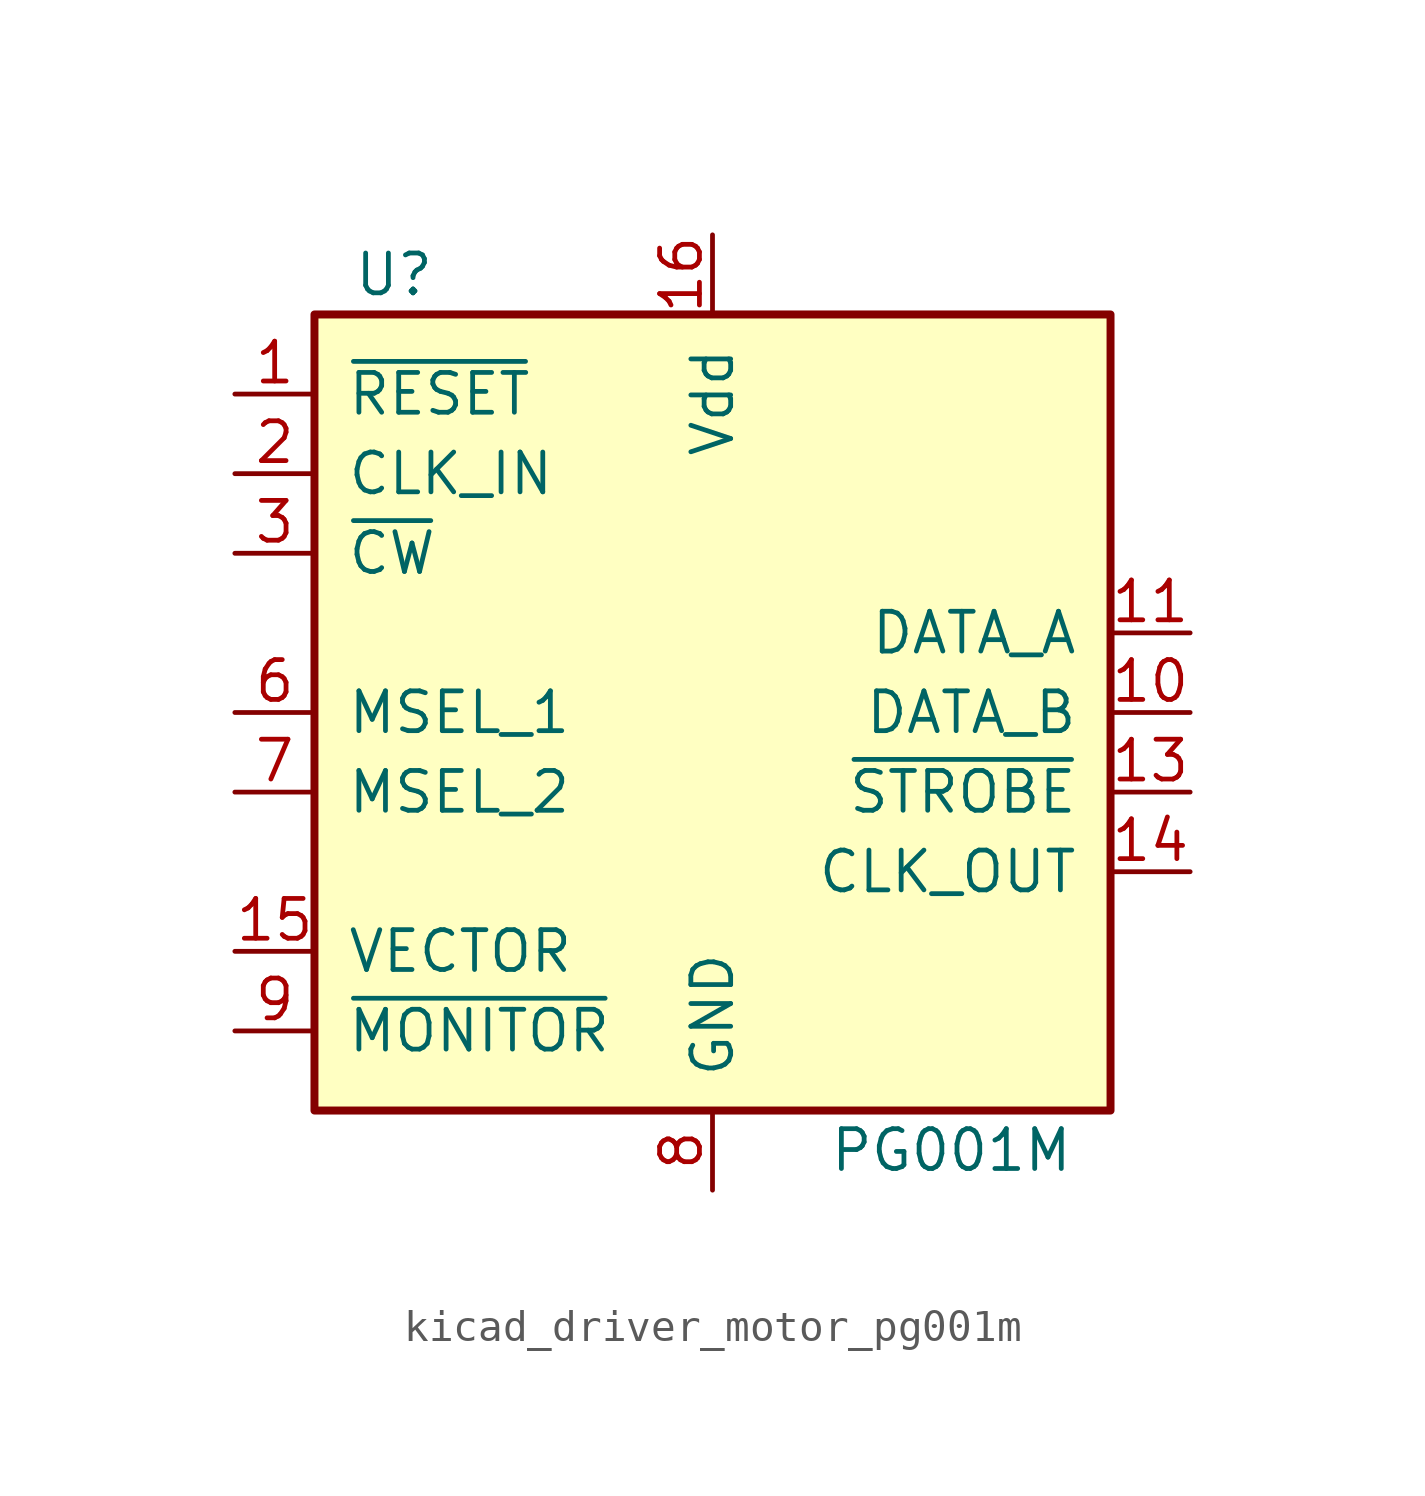
<source format=kicad_sym>
(kicad_symbol_lib
  (version 20220914)
  (generator kicad_symbol_editor)
  (symbol "kicad_driver_motor_pg001m"
    (pin_names
      (offset 1.016))
    (property "Reference" "U"
      (at -10.16 13.97 0)
      (effects (font (size 1.27 1.27))))
    (property "Value" "PG001M"
      (at 7.62 -13.97 0)
      (effects (font (size 1.27 1.27))))
    (symbol "kicad_driver_motor_pg001m_0_1"
      (rectangle (start 12.7 -12.7) (end -12.7 12.7) (stroke (width 0.254) (type default)) (fill (type background))))
    (symbol "kicad_driver_motor_pg001m_1_1"
      (pin input line (at -15.24 10.16 0) (length 2.54) (name "~{RESET}" (effects (font (size 1.27 1.27)))) (number "1" (effects (font (size 1.27 1.27)))))
      (pin output line (at 15.24 0 180) (length 2.54) (name "DATA_B" (effects (font (size 1.27 1.27)))) (number "10" (effects (font (size 1.27 1.27)))))
      (pin output line (at 15.24 2.54 180) (length 2.54) (name "DATA_A" (effects (font (size 1.27 1.27)))) (number "11" (effects (font (size 1.27 1.27)))))
      (pin output line (at 15.24 -2.54 180) (length 2.54) (name "~{STROBE}" (effects (font (size 1.27 1.27)))) (number "13" (effects (font (size 1.27 1.27)))))
      (pin output line (at 15.24 -5.08 180) (length 2.54) (name "CLK_OUT" (effects (font (size 1.27 1.27)))) (number "14" (effects (font (size 1.27 1.27)))))
      (pin input line (at -15.24 -7.62 0) (length 2.54) (name "VECTOR" (effects (font (size 1.27 1.27)))) (number "15" (effects (font (size 1.27 1.27)))))
      (pin power_in line (at 0 15.24 270) (length 2.54) (name "Vdd" (effects (font (size 1.27 1.27)))) (number "16" (effects (font (size 1.27 1.27)))))
      (pin input line (at -15.24 7.62 0) (length 2.54) (name "CLK_IN" (effects (font (size 1.27 1.27)))) (number "2" (effects (font (size 1.27 1.27)))))
      (pin input line (at -15.24 5.08 0) (length 2.54) (name "~{CW}" (effects (font (size 1.27 1.27)))) (number "3" (effects (font (size 1.27 1.27)))))
      (pin input line (at -15.24 0 0) (length 2.54) (name "MSEL_1" (effects (font (size 1.27 1.27)))) (number "6" (effects (font (size 1.27 1.27)))))
      (pin input line (at -15.24 -2.54 0) (length 2.54) (name "MSEL_2" (effects (font (size 1.27 1.27)))) (number "7" (effects (font (size 1.27 1.27)))))
      (pin power_in line (at 0 -15.24 90) (length 2.54) (name "GND" (effects (font (size 1.27 1.27)))) (number "8" (effects (font (size 1.27 1.27)))))
      (pin input line (at -15.24 -10.16 0) (length 2.54) (name "~{MONITOR}" (effects (font (size 1.27 1.27)))) (number "9" (effects (font (size 1.27 1.27))))))))
</source>
